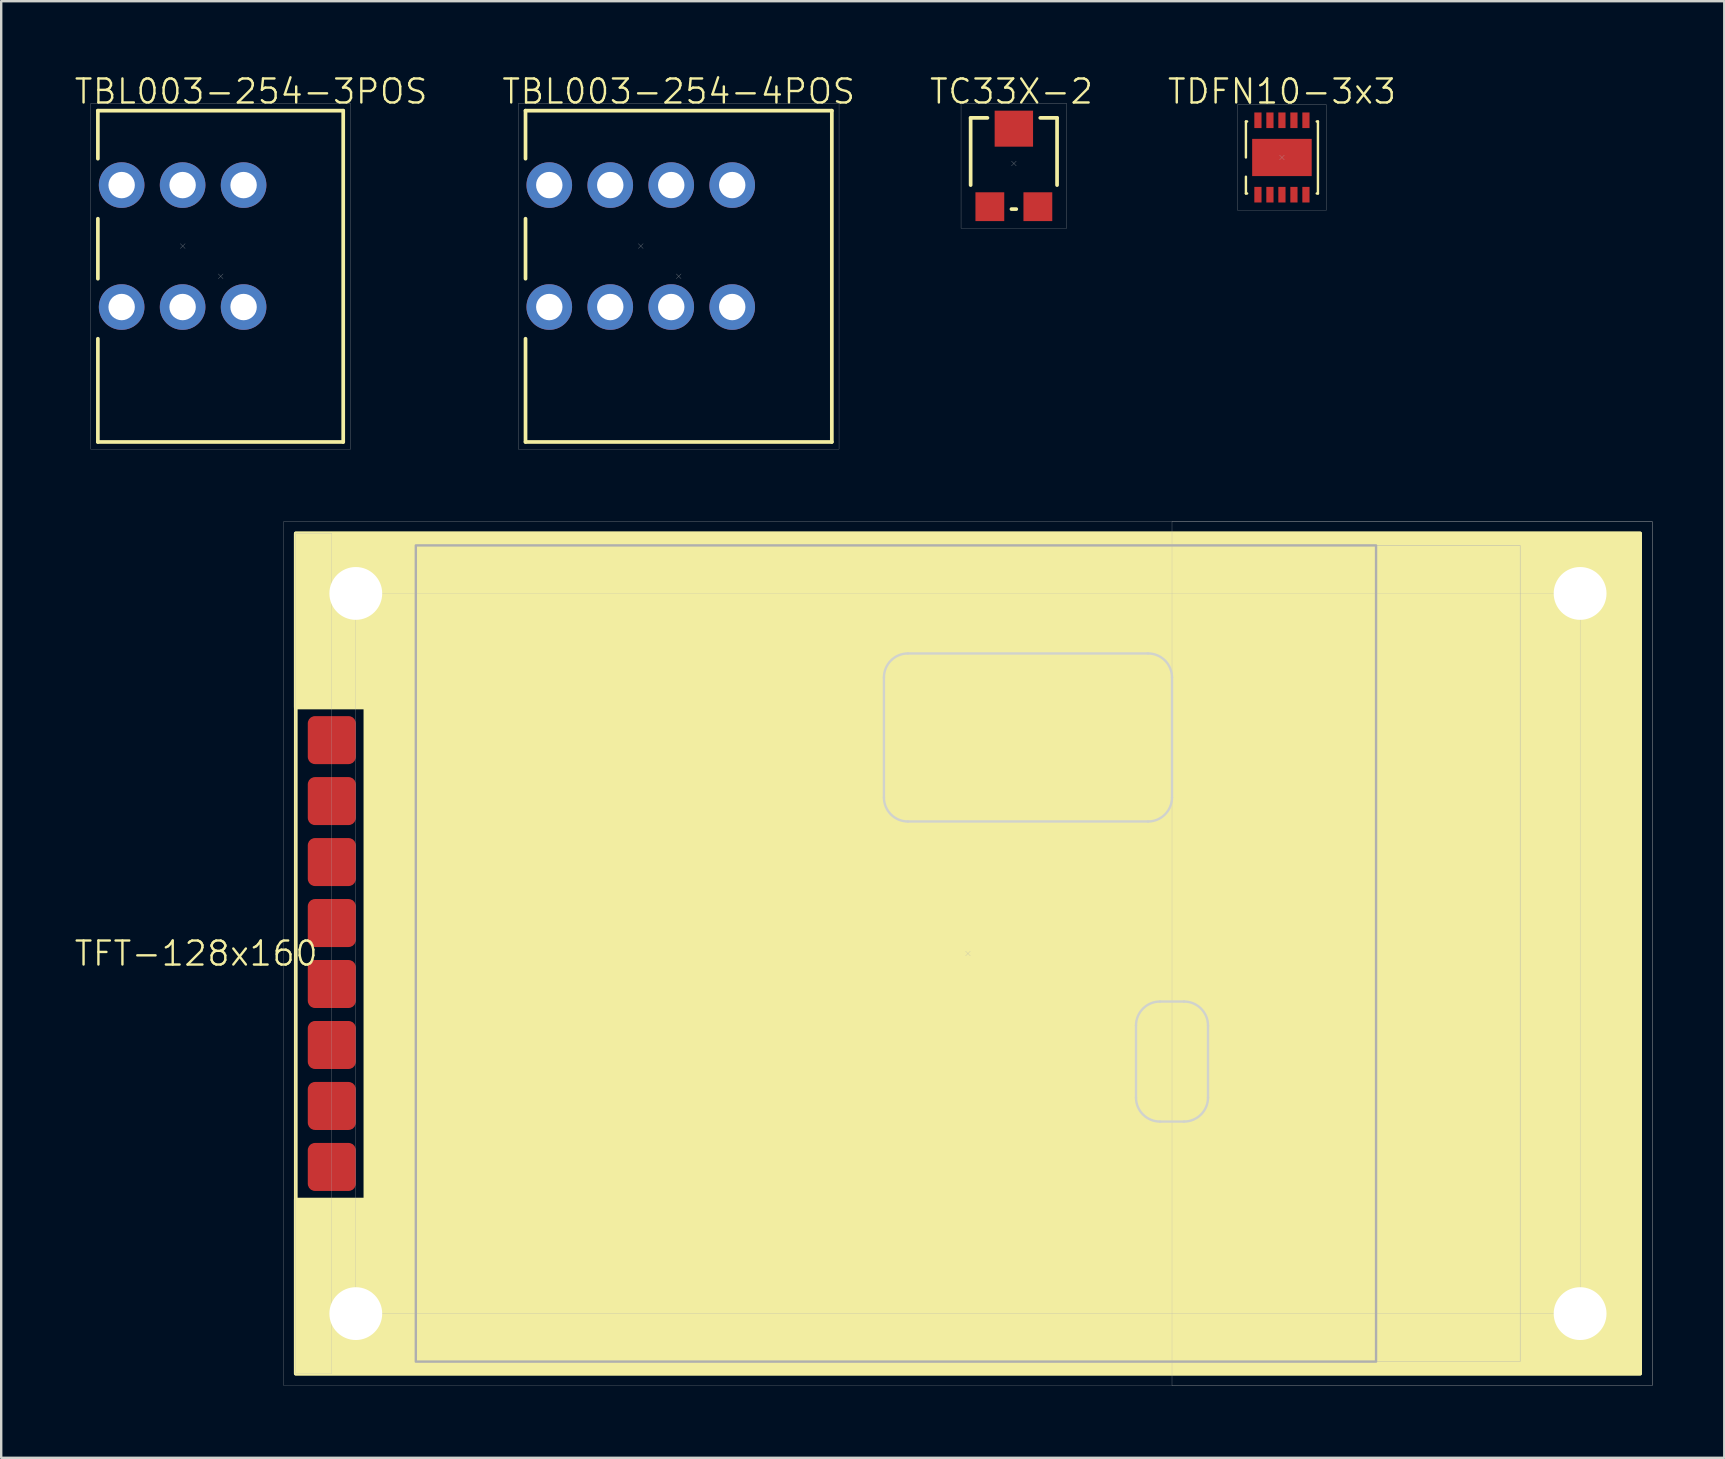
<source format=kicad_pcb>
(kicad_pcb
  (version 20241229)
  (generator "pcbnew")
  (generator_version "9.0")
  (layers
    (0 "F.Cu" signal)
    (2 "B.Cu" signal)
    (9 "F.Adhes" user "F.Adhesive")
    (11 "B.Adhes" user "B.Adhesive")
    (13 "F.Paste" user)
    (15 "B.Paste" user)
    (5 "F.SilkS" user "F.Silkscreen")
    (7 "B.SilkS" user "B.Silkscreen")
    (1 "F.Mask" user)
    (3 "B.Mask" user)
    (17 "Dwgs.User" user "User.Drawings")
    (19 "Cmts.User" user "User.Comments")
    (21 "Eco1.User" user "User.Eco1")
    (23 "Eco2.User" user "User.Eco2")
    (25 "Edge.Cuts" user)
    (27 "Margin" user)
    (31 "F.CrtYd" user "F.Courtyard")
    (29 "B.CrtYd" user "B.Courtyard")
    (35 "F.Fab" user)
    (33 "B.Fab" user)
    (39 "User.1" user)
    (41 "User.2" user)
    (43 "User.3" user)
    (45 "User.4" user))
  (footprint "TBL003-254-3POS"
    (layer "F.Cu")
    (at 6.142 8.46)
    (property "Reference" "TBL003-254-3POS" (at 1.265 -7.7 0) (unlocked yes) (layer "F.SilkS") (effects (font (size 1 1) (thickness 0.1))))
    (attr through_hole)
    (fp_line (start -5.115 -6.9) (end -5.115 -4.9) (stroke (width 0.154) (type default)) (layer "F.SilkS"))
    (fp_line (start -5.115 -6.9) (end 5.105 -6.9) (stroke (width 0.154) (type default)) (layer "F.SilkS"))
    (fp_line (start -5.115 -2.4) (end -5.115 0.1) (stroke (width 0.154) (type default)) (layer "F.SilkS"))
    (fp_line (start -5.115 2.6) (end -5.115 6.9) (stroke (width 0.154) (type default)) (layer "F.SilkS"))
    (fp_line (start -5.115 6.9) (end 5.105 6.9) (stroke (width 0.154) (type default)) (layer "F.SilkS"))
    (fp_line (start 5.105 -6.9) (end 5.105 6.9) (stroke (width 0.154) (type default)) (layer "F.SilkS"))
    (fp_line (start -1.68 -1.36) (end -1.48 -1.16) (stroke (width 0.01) (type default)) (layer "F.Fab"))
    (fp_line (start -1.48 -1.36) (end -1.68 -1.16) (stroke (width 0.01) (type default)) (layer "F.Fab"))
    (fp_line (start -0.1 -0.1) (end 0.1 0.1) (stroke (width 0.01) (type default)) (layer "F.Fab"))
    (fp_line (start 0.1 -0.1) (end -0.1 0.1) (stroke (width 0.01) (type default)) (layer "F.Fab"))
    (fp_rect (start -5.415 -7.2) (end 5.415 7.2) (stroke (width 0.01) (type default)) (fill no) (layer "F.Fab"))
    (pad "1" thru_hole circle (at -4.125 -3.8) (size 1.9 1.9) (drill 1.1) (layers "*.Cu" "*.Mask"))
    (pad "1" thru_hole circle (at -4.125 1.28) (size 1.9 1.9) (drill 1.1) (layers "*.Cu" "*.Mask"))
    (pad "2" thru_hole circle (at -1.585 -3.8) (size 1.9 1.9) (drill 1.1) (layers "*.Cu" "*.Mask"))
    (pad "2" thru_hole circle (at -1.585 1.28) (size 1.9 1.9) (drill 1.1) (layers "*.Cu" "*.Mask"))
    (pad "3" thru_hole circle (at 0.955 -3.8) (size 1.9 1.9) (drill 1.1) (layers "*.Cu" "*.Mask"))
    (pad "3" thru_hole circle (at 0.955 1.28) (size 1.9 1.9) (drill 1.1) (layers "*.Cu" "*.Mask")))
  (footprint "TBL003-254-4POS"
    (layer "F.Cu")
    (at 25.221 8.46)
    (property "Reference" "TBL003-254-4POS" (at 0 -7.7 0) (unlocked yes) (layer "F.SilkS") (effects (font (size 1 1) (thickness 0.1))))
    (attr through_hole)
    (fp_line (start -6.38 -6.9) (end -6.38 -4.9) (stroke (width 0.154) (type default)) (layer "F.SilkS"))
    (fp_line (start -6.38 -6.9) (end 6.38 -6.9) (stroke (width 0.154) (type default)) (layer "F.SilkS"))
    (fp_line (start -6.38 -2.4) (end -6.38 0.1) (stroke (width 0.154) (type default)) (layer "F.SilkS"))
    (fp_line (start -6.38 2.6) (end -6.38 6.9) (stroke (width 0.154) (type default)) (layer "F.SilkS"))
    (fp_line (start -6.38 6.9) (end 6.38 6.9) (stroke (width 0.154) (type default)) (layer "F.SilkS"))
    (fp_line (start 6.38 -6.9) (end 6.38 6.9) (stroke (width 0.154) (type default)) (layer "F.SilkS"))
    (fp_line (start -1.68 -1.36) (end -1.48 -1.16) (stroke (width 0.01) (type default)) (layer "F.Fab"))
    (fp_line (start -1.48 -1.36) (end -1.68 -1.16) (stroke (width 0.01) (type default)) (layer "F.Fab"))
    (fp_line (start -0.1 -0.1) (end 0.1 0.1) (stroke (width 0.01) (type default)) (layer "F.Fab"))
    (fp_line (start 0.1 -0.1) (end -0.1 0.1) (stroke (width 0.01) (type default)) (layer "F.Fab"))
    (fp_rect (start -6.68 -7.2) (end 6.68 7.2) (stroke (width 0.01) (type default)) (fill no) (layer "F.Fab"))
    (pad "1" thru_hole circle (at -5.39 -3.8) (size 1.9 1.9) (drill 1.1) (layers "*.Cu" "*.Mask"))
    (pad "1" thru_hole circle (at -5.39 1.28) (size 1.9 1.9) (drill 1.1) (layers "*.Cu" "*.Mask"))
    (pad "2" thru_hole circle (at -2.85 -3.8) (size 1.9 1.9) (drill 1.1) (layers "*.Cu" "*.Mask"))
    (pad "2" thru_hole circle (at -2.85 1.28) (size 1.9 1.9) (drill 1.1) (layers "*.Cu" "*.Mask"))
    (pad "3" thru_hole circle (at -0.31 -3.8) (size 1.9 1.9) (drill 1.1) (layers "*.Cu" "*.Mask"))
    (pad "3" thru_hole circle (at -0.31 1.28) (size 1.9 1.9) (drill 1.1) (layers "*.Cu" "*.Mask"))
    (pad "4" thru_hole circle (at 2.23 -3.8) (size 1.9 1.9) (drill 1.1) (layers "*.Cu" "*.Mask"))
    (pad "4" thru_hole circle (at 2.23 1.28) (size 1.9 1.9) (drill 1.1) (layers "*.Cu" "*.Mask")))
  (footprint "TFT-128x160"
    (layer "F.Cu")
    (at 37.271 36.67)
    (property "Reference" "TFT-128x160" (at -32.15 0 0) (unlocked yes) (layer "F.SilkS") (effects (font (size 1 1) (thickness 0.1))))
    (attr through_hole)
    (fp_rect (start -28 -17.5) (end 28 -10.25) (stroke (width 0.154) (type solid)) (fill yes) (layer "F.SilkS"))
    (fp_rect (start -28 -17.5) (end 28 17.5) (stroke (width 0.154) (type solid)) (fill no) (layer "F.SilkS"))
    (fp_rect (start -28 10.25) (end 28 17.5) (stroke (width 0.154) (type solid)) (fill yes) (layer "F.SilkS"))
    (fp_rect (start -25.1 -10.25) (end 28 10.2) (stroke (width 0.154) (type solid)) (fill yes) (layer "F.SilkS"))
    (fp_line (start -3.5 -11.5) (end -3.5 -6.5) (stroke (width 0.1) (type default)) (layer "Edge.Cuts"))
    (fp_line (start -2.5 -5.5) (end 7.5 -5.5) (stroke (width 0.1) (type default)) (layer "Edge.Cuts"))
    (fp_line (start 7 3) (end 7 6) (stroke (width 0.1) (type default)) (layer "Edge.Cuts"))
    (fp_line (start 7.5 -12.5) (end -2.5 -12.5) (stroke (width 0.1) (type default)) (layer "Edge.Cuts"))
    (fp_line (start 8 7) (end 9 7) (stroke (width 0.1) (type default)) (layer "Edge.Cuts"))
    (fp_line (start 8.5 -6.5) (end 8.5 -11.5) (stroke (width 0.1) (type default)) (layer "Edge.Cuts"))
    (fp_line (start 9 2) (end 8 2) (stroke (width 0.1) (type default)) (layer "Edge.Cuts"))
    (fp_line (start 10 6) (end 10 3) (stroke (width 0.1) (type default)) (layer "Edge.Cuts"))
    (fp_arc (start -3.5 -11.5) (mid -3.207107 -12.207107) (end -2.5 -12.5) (stroke (width 0.1) (type default)) (layer "Edge.Cuts"))
    (fp_arc (start -2.5 -5.5) (mid -3.207107 -5.792893) (end -3.5 -6.5) (stroke (width 0.1) (type default)) (layer "Edge.Cuts"))
    (fp_arc (start 7 3) (mid 7.292893 2.292893) (end 8 2) (stroke (width 0.1) (type default)) (layer "Edge.Cuts"))
    (fp_arc (start 7.5 -12.5) (mid 8.207107 -12.207107) (end 8.5 -11.5) (stroke (width 0.1) (type default)) (layer "Edge.Cuts"))
    (fp_arc (start 8 7) (mid 7.292893 6.707107) (end 7 6) (stroke (width 0.1) (type default)) (layer "Edge.Cuts"))
    (fp_arc (start 8.5 -6.5) (mid 8.207107 -5.792893) (end 7.5 -5.5) (stroke (width 0.1) (type default)) (layer "Edge.Cuts"))
    (fp_arc (start 9 2) (mid 9.707107 2.292893) (end 10 3) (stroke (width 0.1) (type default)) (layer "Edge.Cuts"))
    (fp_arc (start 10 6) (mid 9.707107 6.707107) (end 9 7) (stroke (width 0.1) (type default)) (layer "Edge.Cuts"))
    (fp_line (start -0.1 -0.1) (end 0.1 0.1) (stroke (width 0.01) (type default)) (layer "F.Fab"))
    (fp_line (start 0.1 -0.1) (end -0.1 0.1) (stroke (width 0.01) (type default)) (layer "F.Fab"))
    (fp_rect (start -28.5 -18) (end 28.5 18) (stroke (width 0.01) (type default)) (fill no) (layer "F.Fab"))
    (fp_rect (start -28 -17.5) (end -26.5 17.5) (stroke (width 0.01) (type default)) (fill no) (layer "F.Fab"))
    (fp_rect (start -25.5 -15) (end 25.5 15) (stroke (width 0.01) (type default)) (fill no) (layer "F.Fab"))
    (fp_rect (start -23 -17) (end 17 17) (stroke (width 0.1) (type solid)) (fill no) (layer "F.Fab"))
    (fp_rect (start -23 -17) (end 23 17) (stroke (width 0.01) (type default)) (fill no) (layer "F.Fab"))
    (fp_rect (start 8.5 -18) (end 28.5 18) (stroke (width 0.01) (type default)) (fill no) (layer "F.Fab"))
    (fp_rect (start 17 -17) (end 23 17) (stroke (width 0.01) (type default)) (fill no) (layer "F.Fab"))
    (pad "" np_thru_hole circle (at -25.5 -15) (size 2.2 2.2) (drill 2.2) (layers "*.Cu" "*.Mask"))
    (pad "" np_thru_hole circle (at -25.5 15) (size 2.2 2.2) (drill 2.2) (layers "*.Cu" "*.Mask"))
    (pad "" np_thru_hole circle (at 25.5 -15) (size 2.2 2.2) (drill 2.2) (layers "*.Cu" "*.Mask"))
    (pad "" np_thru_hole circle (at 25.5 15) (size 2.2 2.2) (drill 2.2) (layers "*.Cu" "*.Mask"))
    (pad "1" smd roundrect (at -26.5 -8.89) (size 2 2) (layers "F.Cu" "F.Mask" "F.Paste") (roundrect_rratio 0.15))
    (pad "2" smd roundrect (at -26.5 -6.35) (size 2 2) (layers "F.Cu" "F.Mask" "F.Paste") (roundrect_rratio 0.15))
    (pad "3" smd roundrect (at -26.5 -3.81) (size 2 2) (layers "F.Cu" "F.Mask" "F.Paste") (roundrect_rratio 0.15))
    (pad "4" smd roundrect (at -26.5 -1.27) (size 2 2) (layers "F.Cu" "F.Mask" "F.Paste") (roundrect_rratio 0.15))
    (pad "5" smd roundrect (at -26.5 1.27) (size 2 2) (layers "F.Cu" "F.Mask" "F.Paste") (roundrect_rratio 0.15))
    (pad "6" smd roundrect (at -26.5 3.81) (size 2 2) (layers "F.Cu" "F.Mask" "F.Paste") (roundrect_rratio 0.15))
    (pad "7" smd roundrect (at -26.5 6.35) (size 2 2) (layers "F.Cu" "F.Mask" "F.Paste") (roundrect_rratio 0.15))
    (pad "8" smd roundrect (at -26.5 8.89) (size 2 2) (layers "F.Cu" "F.Mask" "F.Paste") (roundrect_rratio 0.15)))
  (footprint "TDFN10-3x3"
    (layer "F.Cu")
    (at 50.35 3.51)
    (property "Reference" "TDFN10-3x3" (at 0 -2.75 0) (unlocked yes) (layer "F.SilkS") (effects (font (size 1 1) (thickness 0.1))))
    (attr smd)
    (fp_line (start -1.5 -1.5) (end -1.45 -1.5) (stroke (width 0.1) (type default)) (layer "F.SilkS"))
    (fp_line (start -1.5 0) (end -1.5 -1.5) (stroke (width 0.1) (type default)) (layer "F.SilkS"))
    (fp_line (start -1.5 1.5) (end -1.5 0.8) (stroke (width 0.1) (type default)) (layer "F.SilkS"))
    (fp_line (start -1.45 1.5) (end -1.5 1.5) (stroke (width 0.1) (type default)) (layer "F.SilkS"))
    (fp_line (start 1.45 -1.5) (end 1.5 -1.5) (stroke (width 0.1) (type default)) (layer "F.SilkS"))
    (fp_line (start 1.5 -1.5) (end 1.5 1.5) (stroke (width 0.1) (type default)) (layer "F.SilkS"))
    (fp_line (start 1.5 1.5) (end 1.45 1.5) (stroke (width 0.1) (type default)) (layer "F.SilkS"))
    (fp_line (start -0.1 -0.1) (end 0.1 0.1) (stroke (width 0.01) (type default)) (layer "F.Fab"))
    (fp_line (start 0.1 -0.1) (end -0.1 0.1) (stroke (width 0.01) (type default)) (layer "F.Fab"))
    (fp_rect (start -1.85 -2.2) (end 1.85 2.2) (stroke (width 0.01) (type default)) (fill no) (layer "F.Fab"))
    (pad "1" smd rect (at -1 1.55) (size 0.3 0.65) (layers "F.Cu" "F.Mask" "F.Paste"))
    (pad "2" smd rect (at -0.5 1.55) (size 0.3 0.65) (layers "F.Cu" "F.Mask" "F.Paste"))
    (pad "3" smd rect (at 0 1.55) (size 0.3 0.65) (layers "F.Cu" "F.Mask" "F.Paste"))
    (pad "4" smd rect (at 0.5 1.55) (size 0.3 0.65) (layers "F.Cu" "F.Mask" "F.Paste"))
    (pad "5" smd rect (at 1 1.55) (size 0.3 0.65) (layers "F.Cu" "F.Mask" "F.Paste"))
    (pad "6" smd rect (at 1 -1.55) (size 0.3 0.65) (layers "F.Cu" "F.Mask" "F.Paste"))
    (pad "7" smd rect (at 0.5 -1.55) (size 0.3 0.65) (layers "F.Cu" "F.Mask" "F.Paste"))
    (pad "8" smd rect (at 0 -1.55) (size 0.3 0.65) (layers "F.Cu" "F.Mask" "F.Paste"))
    (pad "9" smd rect (at -0.5 -1.55) (size 0.3 0.65) (layers "F.Cu" "F.Mask" "F.Paste"))
    (pad "10" smd rect (at -1 -1.55) (size 0.3 0.65) (layers "F.Cu" "F.Mask" "F.Paste"))
    (pad "11" smd rect (at 0 0) (size 2.48 1.55) (layers "F.Cu" "F.Mask" "F.Paste")))
  (footprint "TC33X-2"
    (layer "F.Cu")
    (at 39.183 3.76)
    (property "Reference" "TC33X-2" (at -0.1 -3 0) (unlocked yes) (layer "F.SilkS") (effects (font (size 1 1) (thickness 0.1))))
    (attr smd)
    (fp_line (start -1.8 -1.9) (end -1.8 0.9) (stroke (width 0.154) (type default)) (layer "F.SilkS"))
    (fp_line (start -1.1 -1.9) (end -1.8 -1.9) (stroke (width 0.154) (type default)) (layer "F.SilkS"))
    (fp_line (start -0.1 1.9) (end 0.1 1.9) (stroke (width 0.154) (type default)) (layer "F.SilkS"))
    (fp_line (start 1.8 -1.9) (end 1.1 -1.9) (stroke (width 0.154) (type default)) (layer "F.SilkS"))
    (fp_line (start 1.8 -1.9) (end 1.8 0.9) (stroke (width 0.154) (type default)) (layer "F.SilkS"))
    (fp_line (start -0.1 -0.1) (end 0.1 0.1) (stroke (width 0.01) (type default)) (layer "F.Fab"))
    (fp_line (start 0.1 -0.1) (end -0.1 0.1) (stroke (width 0.01) (type default)) (layer "F.Fab"))
    (fp_rect (start -2.2 -2.5) (end 2.2 2.7) (stroke (width 0.01) (type default)) (fill no) (layer "F.Fab"))
    (pad "1" smd rect (at -1 1.8) (size 1.2 1.2) (layers "F.Cu" "F.Mask" "F.Paste"))
    (pad "2" smd rect (at 0 -1.45) (size 1.6 1.5) (layers "F.Cu" "F.Mask" "F.Paste"))
    (pad "3" smd rect (at 1 1.8) (size 1.2 1.2) (layers "F.Cu" "F.Mask" "F.Paste")))
  (gr_rect
    (start -3 -3)
    (end 68.776 57.675)
    (stroke (width 0.1) (type default))
    (fill no)
    (layer "Edge.Cuts")))
</source>
